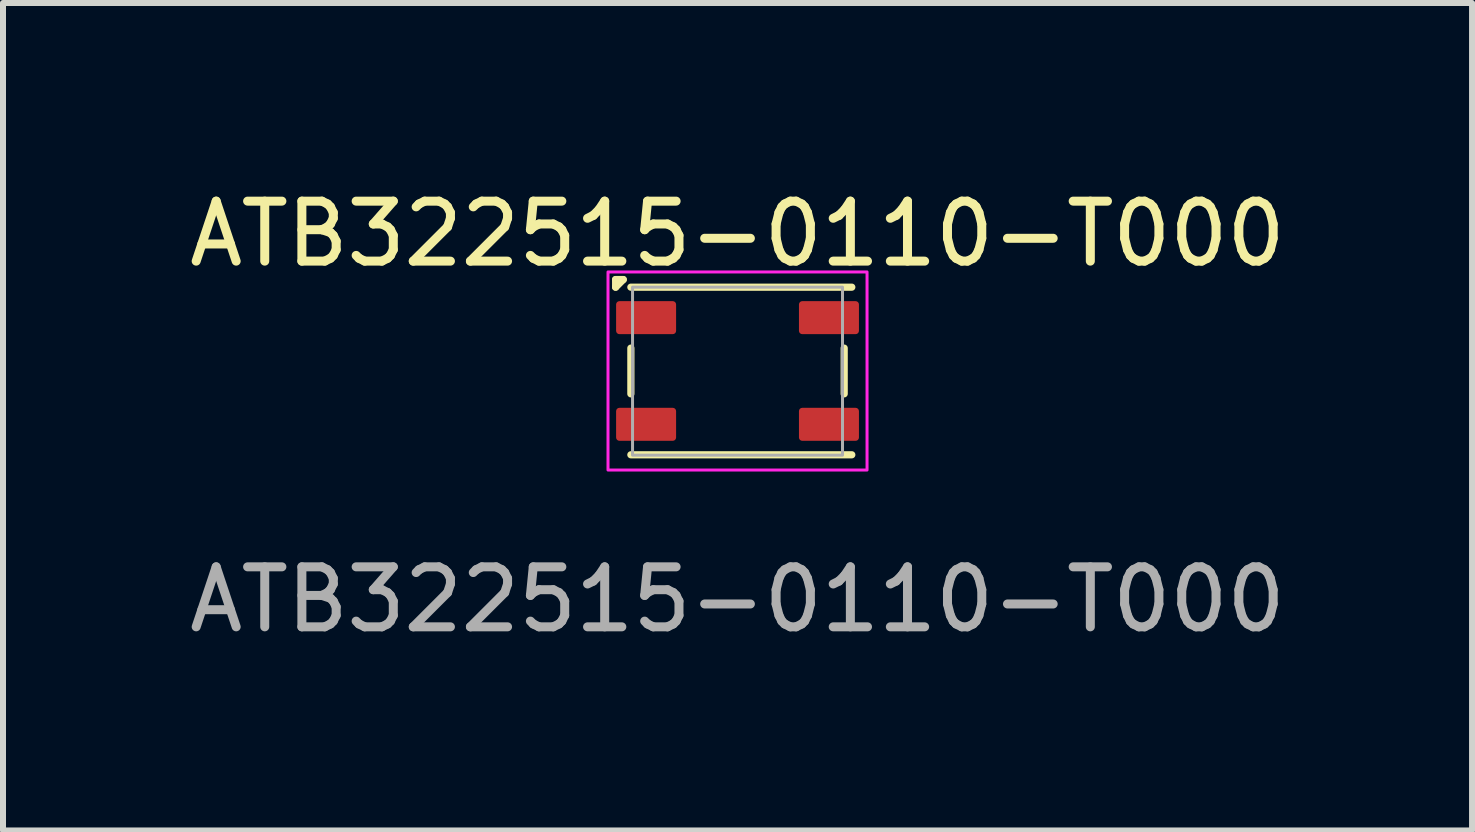
<source format=kicad_pcb>
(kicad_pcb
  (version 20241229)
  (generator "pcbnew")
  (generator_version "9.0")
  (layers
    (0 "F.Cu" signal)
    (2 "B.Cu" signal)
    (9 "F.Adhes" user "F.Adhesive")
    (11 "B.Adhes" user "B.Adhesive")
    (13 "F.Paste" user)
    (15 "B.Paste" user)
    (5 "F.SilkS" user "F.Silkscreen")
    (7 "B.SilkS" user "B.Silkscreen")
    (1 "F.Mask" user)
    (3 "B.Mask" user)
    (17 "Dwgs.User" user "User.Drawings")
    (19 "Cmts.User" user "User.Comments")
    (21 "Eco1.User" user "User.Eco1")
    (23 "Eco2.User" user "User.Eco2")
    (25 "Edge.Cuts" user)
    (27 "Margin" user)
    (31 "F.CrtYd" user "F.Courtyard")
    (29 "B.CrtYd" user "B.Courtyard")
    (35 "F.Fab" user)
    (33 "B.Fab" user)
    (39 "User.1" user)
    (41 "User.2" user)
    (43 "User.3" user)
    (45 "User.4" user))
  (footprint "ATB322515-0110-T000"
    (layer "F.Cu")
    (at 9.244 3.134)
    (property "Reference" "ATB322515-0110-T000" (at 0 -2.286 0) (unlocked yes) (layer "F.SilkS") (effects (font (size 1 1) (thickness 0.15))))
    (attr smd)
    (fp_line (start -2.032 -1.524) (end -1.905 -1.524) (stroke (width 0.12) (type default)) (layer "F.SilkS"))
    (fp_line (start -2.032 -1.397) (end -2.032 -1.524) (stroke (width 0.12) (type default)) (layer "F.SilkS"))
    (fp_line (start -1.905 -1.524) (end -2.032 -1.397) (stroke (width 0.12) (type default)) (layer "F.SilkS"))
    (fp_line (start -1.778 -1.397) (end 1.905 -1.397) (stroke (width 0.12) (type default)) (layer "F.SilkS"))
    (fp_line (start -1.778 -0.381) (end -1.778 0.381) (stroke (width 0.12) (type default)) (layer "F.SilkS"))
    (fp_line (start -1.778 1.397) (end 1.905 1.397) (stroke (width 0.12) (type default)) (layer "F.SilkS"))
    (fp_line (start 1.778 -0.381) (end 1.778 0.381) (stroke (width 0.12) (type default)) (layer "F.SilkS"))
    (fp_rect (start -2.159 -1.651) (end 2.159 1.651) (stroke (width 0.05) (type default)) (fill no) (layer "F.CrtYd"))
    (fp_rect (start -1.75 -1.397) (end 1.75 1.403) (stroke (width 0.05) (type default)) (fill no) (layer "F.Fab"))
    (fp_text user "${REFERENCE}" (at 0 3.81 0) (unlocked yes) (layer "F.Fab") (effects (font (size 1 1) (thickness 0.15))))
    (pad "1" smd roundrect (at -1.524 -0.889) (size 1 0.55) (layers "F.Cu" "F.Mask" "F.Paste") (roundrect_rratio 0.1))
    (pad "2" smd roundrect (at 1.524 -0.889) (size 1 0.55) (layers "F.Cu" "F.Mask" "F.Paste") (roundrect_rratio 0.1))
    (pad "3" smd roundrect (at -1.524 0.889) (size 1 0.55) (layers "F.Cu" "F.Mask" "F.Paste") (roundrect_rratio 0.1))
    (pad "4" smd roundrect (at 1.524 0.889) (size 1 0.55) (layers "F.Cu" "F.Mask" "F.Paste") (roundrect_rratio 0.1)))
  (gr_rect
    (start -3 -3)
    (end 21.488 10.793)
    (stroke (width 0.1) (type default))
    (fill no)
    (layer "Edge.Cuts")))
</source>
